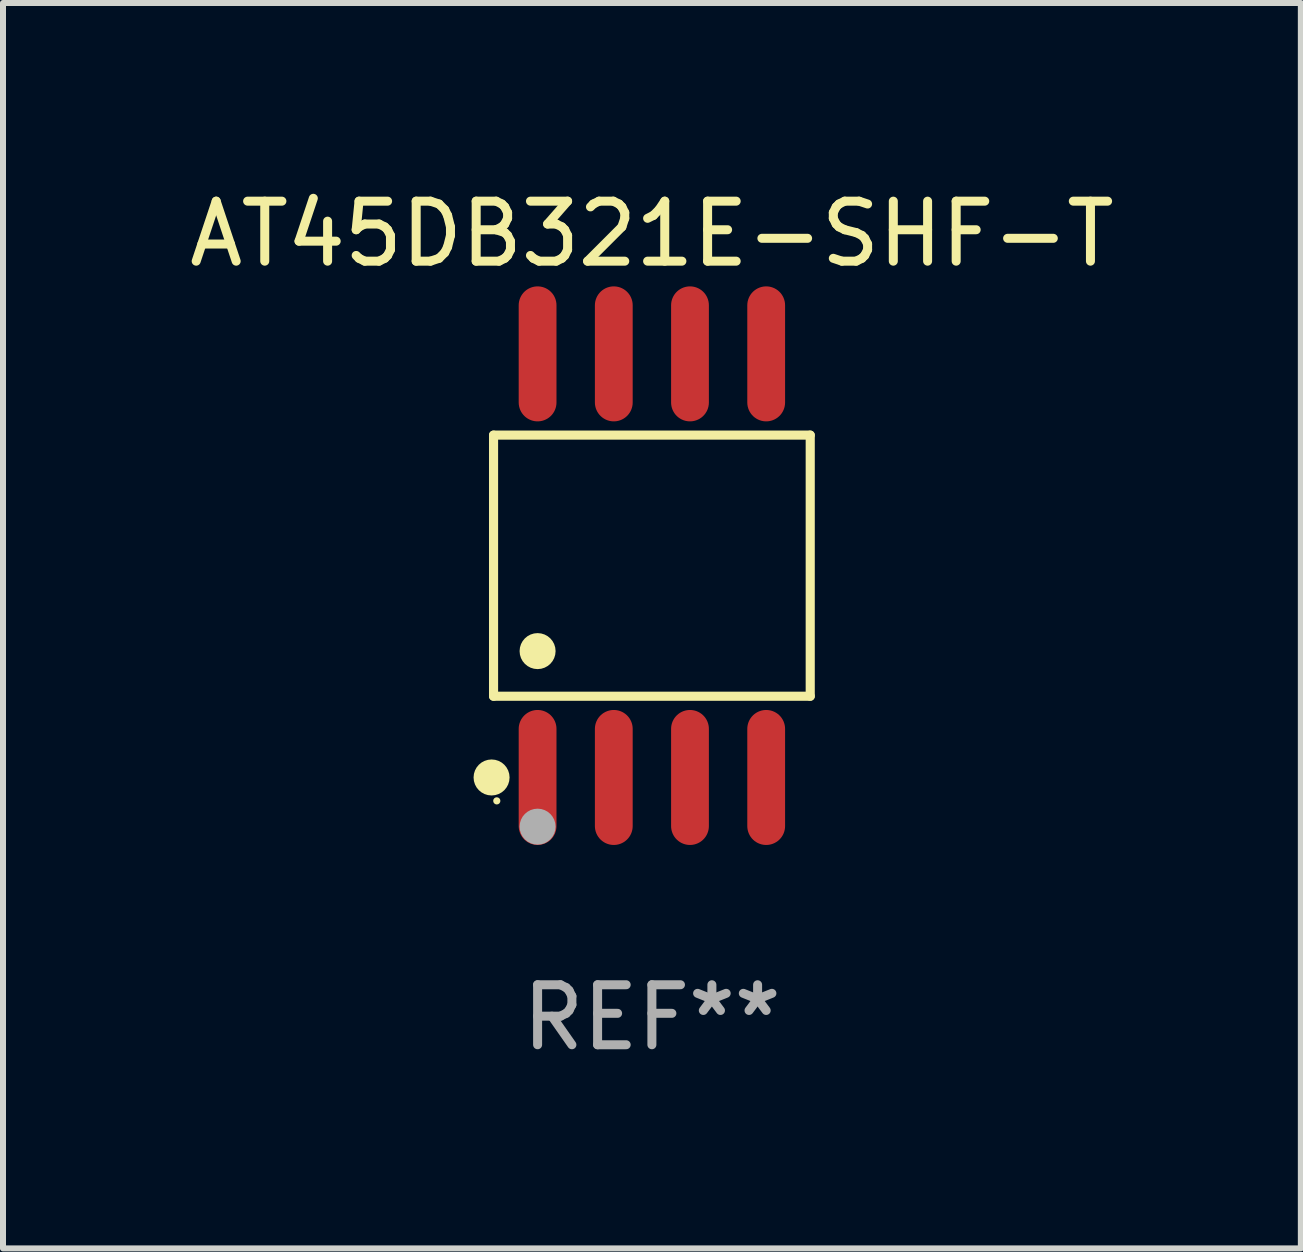
<source format=kicad_pcb>
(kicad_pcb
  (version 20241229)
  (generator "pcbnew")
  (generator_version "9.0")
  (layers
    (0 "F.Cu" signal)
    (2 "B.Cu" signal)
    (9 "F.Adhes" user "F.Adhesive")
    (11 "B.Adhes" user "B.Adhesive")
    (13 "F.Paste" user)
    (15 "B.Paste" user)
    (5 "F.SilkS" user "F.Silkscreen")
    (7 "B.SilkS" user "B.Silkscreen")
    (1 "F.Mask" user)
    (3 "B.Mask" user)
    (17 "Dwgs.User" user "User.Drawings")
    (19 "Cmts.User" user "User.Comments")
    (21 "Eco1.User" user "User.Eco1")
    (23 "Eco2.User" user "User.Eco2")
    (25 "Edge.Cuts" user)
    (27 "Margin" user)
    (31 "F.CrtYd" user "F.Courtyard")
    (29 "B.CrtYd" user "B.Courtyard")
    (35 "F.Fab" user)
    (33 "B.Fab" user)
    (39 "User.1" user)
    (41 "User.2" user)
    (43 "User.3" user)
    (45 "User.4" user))
  (footprint "AT45DB321E-SHF-T"
    (layer "F.Cu")
    (at 7.815 6.378)
    (property "Reference" "AT45DB321E-SHF-T" (at 0 -5.53 0) (layer "F.SilkS") (effects (font (size 1 1) (thickness 0.15))))
    (attr through_hole)
    (fp_line (start -2.639 -2.176) (end 2.639 -2.176) (stroke (width 0.152) (type solid)) (layer "F.SilkS"))
    (fp_line (start -2.639 2.176) (end -2.639 -2.176) (stroke (width 0.152) (type solid)) (layer "F.SilkS"))
    (fp_line (start 2.639 -2.176) (end 2.639 2.176) (stroke (width 0.152) (type solid)) (layer "F.SilkS"))
    (fp_line (start 2.639 2.176) (end -2.639 2.176) (stroke (width 0.152) (type solid)) (layer "F.SilkS"))
    (fp_circle (center -2.672 3.53) (end -2.522 3.53) (stroke (width 0.3) (type solid)) (fill no) (layer "F.SilkS"))
    (fp_circle (center -2.585 3.92) (end -2.555 3.92) (stroke (width 0.06) (type solid)) (fill no) (layer "F.SilkS"))
    (fp_circle (center -1.905 1.424) (end -1.755 1.424) (stroke (width 0.3) (type solid)) (fill no) (layer "F.SilkS"))
    (fp_circle (center -1.905 4.35) (end -1.755 4.35) (stroke (width 0.3) (type solid)) (fill no) (layer "F.Fab"))
    (fp_text user "REF**" (at 0 7.53 0) (layer "F.Fab") (effects (font (size 1 1) (thickness 0.15))))
    (pad "1" smd oval (at -1.905 3.53) (size 0.63 2.25) (layers "F.Cu" "F.Mask" "F.Paste"))
    (pad "2" smd oval (at -0.635 3.53) (size 0.63 2.25) (layers "F.Cu" "F.Mask" "F.Paste"))
    (pad "3" smd oval (at 0.635 3.53) (size 0.63 2.25) (layers "F.Cu" "F.Mask" "F.Paste"))
    (pad "4" smd oval (at 1.905 3.53) (size 0.63 2.25) (layers "F.Cu" "F.Mask" "F.Paste"))
    (pad "5" smd oval (at 1.905 -3.53) (size 0.63 2.25) (layers "F.Cu" "F.Mask" "F.Paste"))
    (pad "6" smd oval (at 0.635 -3.53) (size 0.63 2.25) (layers "F.Cu" "F.Mask" "F.Paste"))
    (pad "7" smd oval (at -0.635 -3.53) (size 0.63 2.25) (layers "F.Cu" "F.Mask" "F.Paste"))
    (pad "8" smd oval (at -1.905 -3.53) (size 0.63 2.25) (layers "F.Cu" "F.Mask" "F.Paste")))
  (gr_rect
    (start -3 -3)
    (end 18.631 17.757)
    (stroke (width 0.1) (type default))
    (fill no)
    (layer "Edge.Cuts")))
</source>
